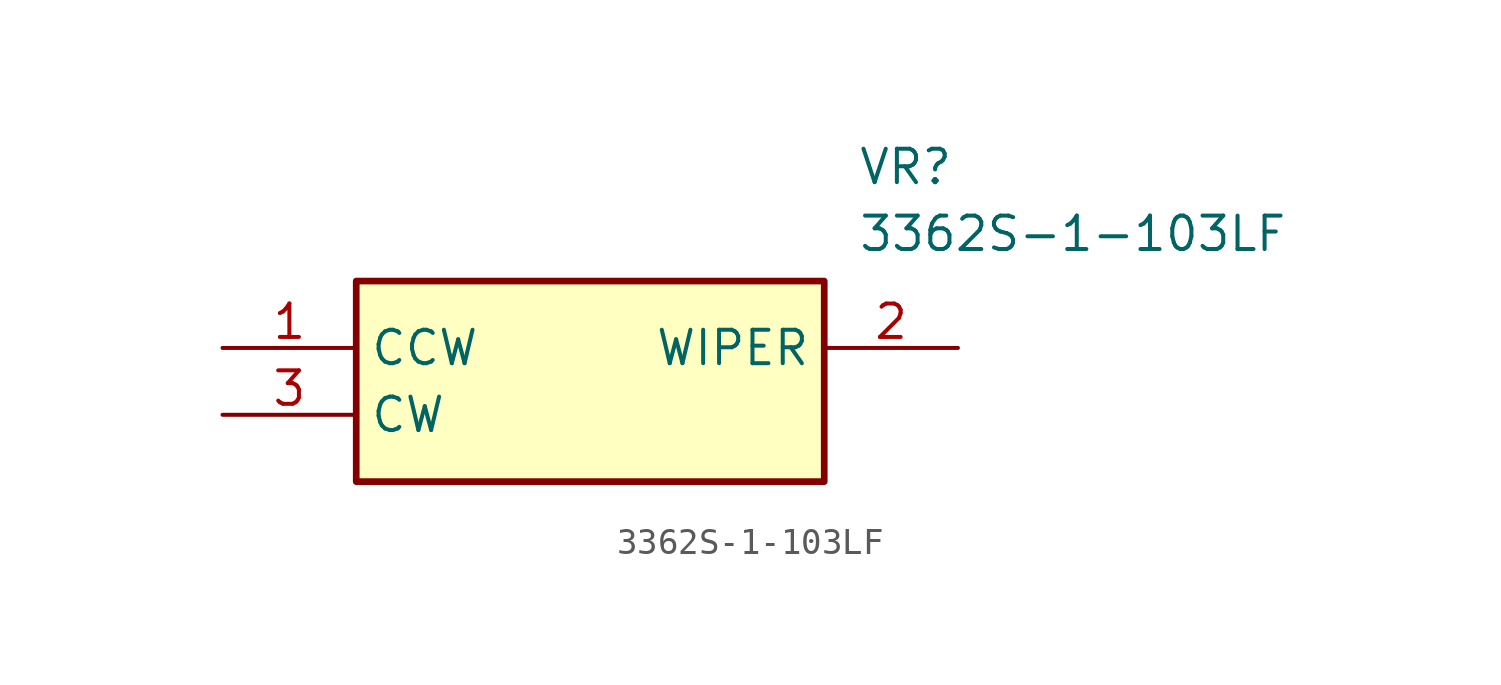
<source format=kicad_sym>
(kicad_symbol_lib
  (version 20211014)
  (generator SamacSys_ECAD_Model)
  (symbol "3362S-1-103LF"
    (property "Reference" "VR"
      (at 24.13 7.62 0)
      (effects (font (size 1.27 1.27)) (justify left top)))
    (property "Value" "3362S-1-103LF"
      (at 24.13 5.08 0)
      (effects (font (size 1.27 1.27)) (justify left top)))
    (rectangle
      (start 5.08 2.54)
      (end 22.86 -5.08)
      (stroke (width 0.254) (type default))
      (fill (type background)))
    (pin passive line
      (at 0 0 0)
      (length 5.08)
      (name "CCW" (effects (font (size 1.27 1.27))))
      (number "1" (effects (font (size 1.27 1.27)))))
    (pin passive line
      (at 27.94 0 180)
      (length 5.08)
      (name "WIPER" (effects (font (size 1.27 1.27))))
      (number "2" (effects (font (size 1.27 1.27)))))
    (pin passive line
      (at 0 -2.54 0)
      (length 5.08)
      (name "CW" (effects (font (size 1.27 1.27))))
      (number "3" (effects (font (size 1.27 1.27)))))))
</source>
